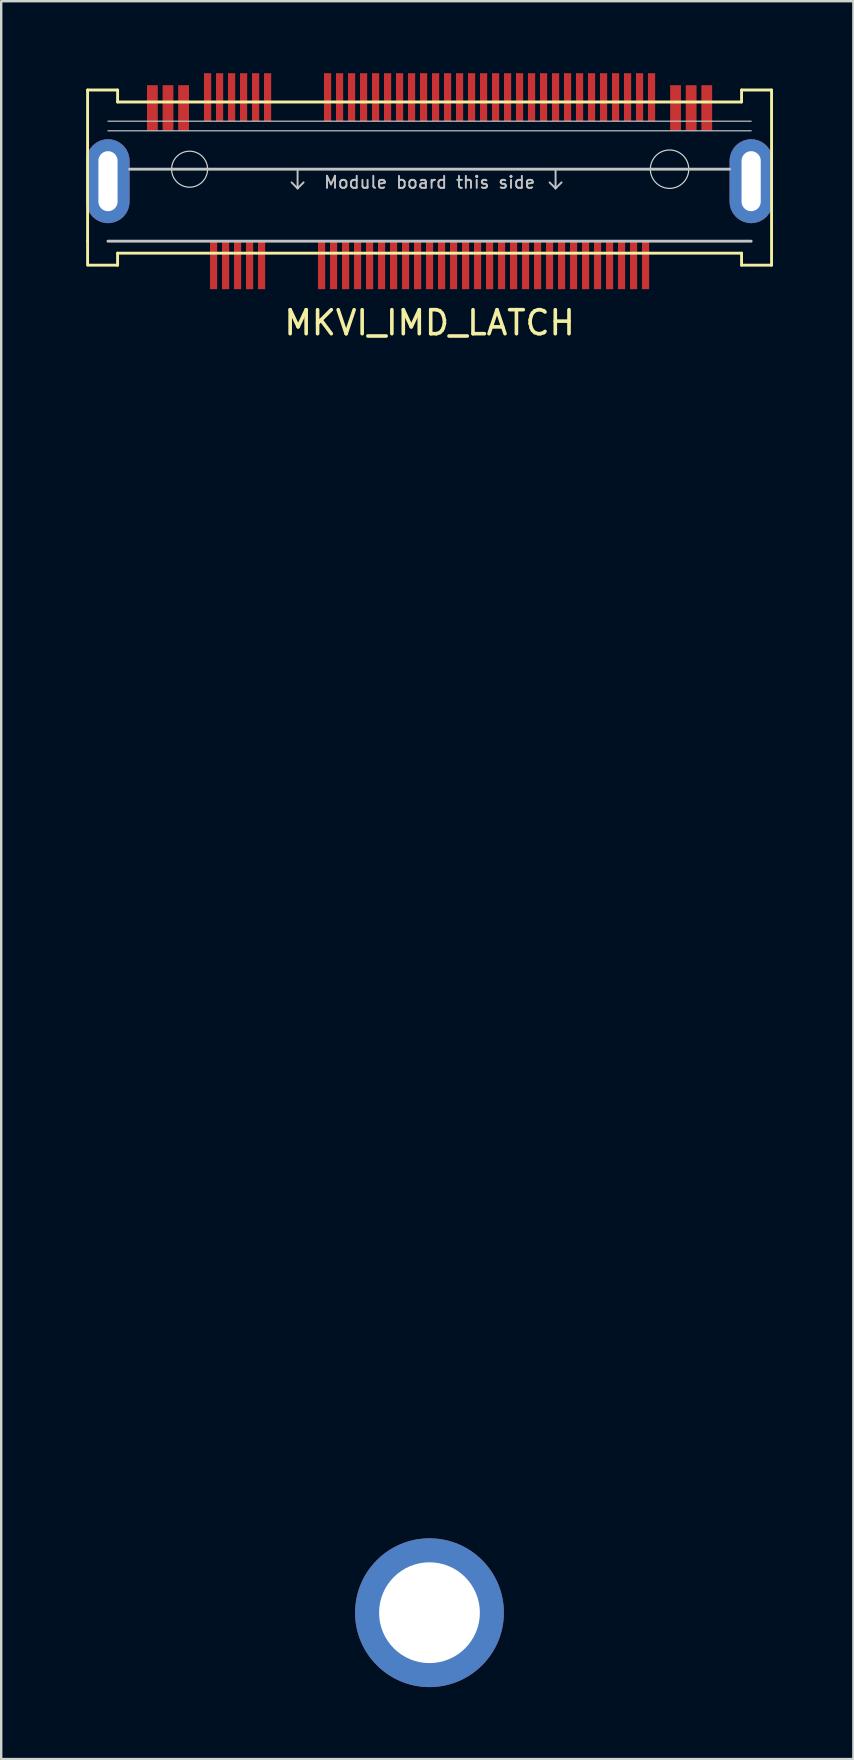
<source format=kicad_pcb>
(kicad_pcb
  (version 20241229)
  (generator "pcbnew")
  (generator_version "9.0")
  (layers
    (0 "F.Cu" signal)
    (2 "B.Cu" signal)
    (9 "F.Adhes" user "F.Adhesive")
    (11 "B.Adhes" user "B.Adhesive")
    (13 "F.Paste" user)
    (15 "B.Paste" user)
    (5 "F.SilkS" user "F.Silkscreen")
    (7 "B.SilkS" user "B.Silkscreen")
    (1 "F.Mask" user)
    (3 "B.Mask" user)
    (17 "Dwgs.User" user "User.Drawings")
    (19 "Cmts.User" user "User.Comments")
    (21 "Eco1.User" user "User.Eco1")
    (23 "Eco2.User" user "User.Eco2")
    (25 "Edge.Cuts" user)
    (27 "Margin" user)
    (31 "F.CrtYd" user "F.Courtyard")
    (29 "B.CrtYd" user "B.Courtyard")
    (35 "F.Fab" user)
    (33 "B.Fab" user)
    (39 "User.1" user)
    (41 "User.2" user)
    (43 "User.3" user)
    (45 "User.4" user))
  (footprint "MKVI_IMD_LATCH"
    (layer "F.Cu")
    (at 14.85 4)
    (property "Reference" "MKVI_IMD_LATCH" (at 0 6.4 0) (unlocked yes) (layer "F.SilkS") (effects (font (size 1 1) (thickness 0.15))))
    (attr smd)
    (fp_line (start -14.25 -3.3) (end -14.25 3) (stroke (width 0.12) (type solid)) (layer "F.SilkS"))
    (fp_line (start -14.25 3) (end -14.25 4) (stroke (width 0.12) (type solid)) (layer "F.SilkS"))
    (fp_line (start -14.2 4) (end -13 4) (stroke (width 0.12) (type solid)) (layer "F.SilkS"))
    (fp_line (start -13 -3.3) (end -14.25 -3.3) (stroke (width 0.12) (type solid)) (layer "F.SilkS"))
    (fp_line (start -13 -2.8) (end -13 -3.3) (stroke (width 0.12) (type solid)) (layer "F.SilkS"))
    (fp_line (start -13 3.5) (end 13 3.5) (stroke (width 0.12) (type solid)) (layer "F.SilkS"))
    (fp_line (start -13 4) (end -13 3.5) (stroke (width 0.12) (type solid)) (layer "F.SilkS"))
    (fp_line (start 13 -3.3) (end 13 -2.8) (stroke (width 0.12) (type solid)) (layer "F.SilkS"))
    (fp_line (start 13 -2.8) (end -13 -2.8) (stroke (width 0.12) (type solid)) (layer "F.SilkS"))
    (fp_line (start 13 3.5) (end 13 4) (stroke (width 0.12) (type solid)) (layer "F.SilkS"))
    (fp_line (start 13 4) (end 14.25 4) (stroke (width 0.12) (type solid)) (layer "F.SilkS"))
    (fp_line (start 14.25 -3.3) (end 13 -3.3) (stroke (width 0.12) (type solid)) (layer "F.SilkS"))
    (fp_line (start 14.25 4) (end 14.25 -3.3) (stroke (width 0.12) (type solid)) (layer "F.SilkS"))
    (fp_line (start -13.4 -2) (end 13.4 -2) (stroke (width 0.05) (type solid)) (layer "Dwgs.User"))
    (fp_line (start -13.4 -1.6) (end 13.4 -1.6) (stroke (width 0.05) (type solid)) (layer "Dwgs.User"))
    (fp_line (start -13.4 3) (end 13.4 3) (stroke (width 0.12) (type solid)) (layer "Dwgs.User"))
    (fp_line (start -12.5 0) (end 12.5 0) (stroke (width 0.12) (type solid)) (layer "Dwgs.User"))
    (fp_line (start -5.5 0) (end -5.5 0.8) (stroke (width 0.08) (type solid)) (layer "Dwgs.User"))
    (fp_line (start -5.5 0.8) (end -5.75 0.55) (stroke (width 0.08) (type solid)) (layer "Dwgs.User"))
    (fp_line (start -5.5 0.8) (end -5.25 0.55) (stroke (width 0.08) (type solid)) (layer "Dwgs.User"))
    (fp_line (start 5.25 0) (end 5.25 0.8) (stroke (width 0.08) (type solid)) (layer "Dwgs.User"))
    (fp_line (start 5.25 0.8) (end 5 0.55) (stroke (width 0.08) (type solid)) (layer "Dwgs.User"))
    (fp_line (start 5.25 0.8) (end 5.5 0.55) (stroke (width 0.08) (type solid)) (layer "Dwgs.User"))
    (fp_circle (center -10 0) (end -9.25 0) (stroke (width 0.05) (type solid)) (fill no) (layer "Edge.Cuts"))
    (fp_circle (center 10 0) (end 10.8 0) (stroke (width 0.05) (type solid)) (fill no) (layer "Edge.Cuts"))
    (fp_line (start -14.75 6.511) (end -14.75 6.511) (stroke (width 0.2) (type solid)) (layer "User.1"))
    (fp_line (start -14.75 6.511) (end -14.75 6.511) (stroke (width 0.2) (type solid)) (layer "User.1"))
    (fp_line (start -14.75 6.511) (end -14.742 6.493) (stroke (width 0.2) (type solid)) (layer "User.1"))
    (fp_line (start -14.742 6.493) (end -14.735 6.476) (stroke (width 0.2) (type solid)) (layer "User.1"))
    (fp_line (start -14.735 6.476) (end -14.735 6.476) (stroke (width 0.2) (type solid)) (layer "User.1"))
    (fp_line (start -14.735 6.476) (end -14.735 6.476) (stroke (width 0.2) (type solid)) (layer "User.1"))
    (fp_line (start -14.735 6.476) (end -14.718 6.468) (stroke (width 0.2) (type solid)) (layer "User.1"))
    (fp_line (start -14.722 60.154) (end -14.75 6.511) (stroke (width 0.2) (type solid)) (layer "User.1"))
    (fp_line (start -14.718 6.468) (end -14.7 6.461) (stroke (width 0.2) (type solid)) (layer "User.1"))
    (fp_line (start -14.714 60.171) (end -14.722 60.154) (stroke (width 0.2) (type solid)) (layer "User.1"))
    (fp_line (start -14.707 60.189) (end -14.714 60.171) (stroke (width 0.2) (type solid)) (layer "User.1"))
    (fp_line (start -14.707 60.189) (end -14.707 60.189) (stroke (width 0.2) (type solid)) (layer "User.1"))
    (fp_line (start -14.707 60.189) (end -14.707 60.189) (stroke (width 0.2) (type solid)) (layer "User.1"))
    (fp_line (start -14.7 6.461) (end -14.7 6.461) (stroke (width 0.2) (type solid)) (layer "User.1"))
    (fp_line (start -14.7 6.461) (end -14.7 6.461) (stroke (width 0.2) (type solid)) (layer "User.1"))
    (fp_line (start -14.7 6.461) (end -12.476 6.461) (stroke (width 0.2) (type solid)) (layer "User.1"))
    (fp_line (start -14.69 60.196) (end -14.707 60.189) (stroke (width 0.2) (type solid)) (layer "User.1"))
    (fp_line (start -14.672 60.204) (end -14.69 60.196) (stroke (width 0.2) (type solid)) (layer "User.1"))
    (fp_line (start -14.65 6.561) (end -14.622 60.104) (stroke (width 0.2) (type solid)) (layer "User.1"))
    (fp_line (start -14.622 60.104) (end 14.46 60.104) (stroke (width 0.2) (type solid)) (layer "User.1"))
    (fp_line (start -12.476 0.211) (end -12.476 0.211) (stroke (width 0.2) (type solid)) (layer "User.1"))
    (fp_line (start -12.476 0.211) (end -12.471 0.199) (stroke (width 0.2) (type solid)) (layer "User.1"))
    (fp_line (start -12.476 6.461) (end -12.476 0.211) (stroke (width 0.2) (type solid)) (layer "User.1"))
    (fp_line (start -12.471 0.199) (end -12.469 0.193) (stroke (width 0.2) (type solid)) (layer "User.1"))
    (fp_line (start -12.469 0.193) (end -12.468 0.193) (stroke (width 0.2) (type solid)) (layer "User.1"))
    (fp_line (start -12.468 0.193) (end -12.268 -0.007) (stroke (width 0.2) (type solid)) (layer "User.1"))
    (fp_line (start -12.451 6.561) (end -14.65 6.561) (stroke (width 0.2) (type solid)) (layer "User.1"))
    (fp_line (start -12.426 0.222) (end -12.426 6.471) (stroke (width 0.2) (type solid)) (layer "User.1"))
    (fp_line (start -12.426 6.471) (end -12.415 6.476) (stroke (width 0.2) (type solid)) (layer "User.1"))
    (fp_line (start -12.415 6.476) (end -12.401 6.511) (stroke (width 0.2) (type solid)) (layer "User.1"))
    (fp_line (start -12.415 6.546) (end -12.451 6.561) (stroke (width 0.2) (type solid)) (layer "User.1"))
    (fp_line (start -12.401 6.511) (end -12.415 6.546) (stroke (width 0.2) (type solid)) (layer "User.1"))
    (fp_line (start -12.268 -0.007) (end -12.251 -0.014) (stroke (width 0.2) (type solid)) (layer "User.1"))
    (fp_line (start -12.251 -0.014) (end -6.326 -0.014) (stroke (width 0.2) (type solid)) (layer "User.1"))
    (fp_line (start -12.24 0.036) (end -12.426 0.222) (stroke (width 0.2) (type solid)) (layer "User.1"))
    (fp_line (start -6.336 0.036) (end -12.24 0.036) (stroke (width 0.2) (type solid)) (layer "User.1"))
    (fp_line (start -6.326 -0.014) (end -6.308 -0.007) (stroke (width 0.2) (type solid)) (layer "User.1"))
    (fp_line (start -6.308 -0.007) (end -6.108 0.193) (stroke (width 0.2) (type solid)) (layer "User.1"))
    (fp_line (start -6.151 0.222) (end -6.336 0.036) (stroke (width 0.2) (type solid)) (layer "User.1"))
    (fp_line (start -6.151 2.911) (end -6.151 0.222) (stroke (width 0.2) (type solid)) (layer "User.1"))
    (fp_line (start -6.133 3.061) (end -6.151 2.911) (stroke (width 0.2) (type solid)) (layer "User.1"))
    (fp_line (start -6.108 0.193) (end -6.108 0.193) (stroke (width 0.2) (type solid)) (layer "User.1"))
    (fp_line (start -6.108 0.193) (end -6.106 0.199) (stroke (width 0.2) (type solid)) (layer "User.1"))
    (fp_line (start -6.106 0.199) (end -6.101 0.211) (stroke (width 0.2) (type solid)) (layer "User.1"))
    (fp_line (start -6.104 2.919) (end -6.088 3.05) (stroke (width 0.2) (type solid)) (layer "User.1"))
    (fp_line (start -6.101 0.211) (end -6.101 0.211) (stroke (width 0.2) (type solid)) (layer "User.1"))
    (fp_line (start -6.101 0.211) (end -6.101 2.911) (stroke (width 0.2) (type solid)) (layer "User.1"))
    (fp_line (start -6.101 2.911) (end -6.104 2.919) (stroke (width 0.2) (type solid)) (layer "User.1"))
    (fp_line (start -6.088 3.05) (end -6.039 3.18) (stroke (width 0.2) (type solid)) (layer "User.1"))
    (fp_line (start -6.079 3.201) (end -6.133 3.061) (stroke (width 0.2) (type solid)) (layer "User.1"))
    (fp_line (start -6.039 3.18) (end -5.959 3.295) (stroke (width 0.2) (type solid)) (layer "User.1"))
    (fp_line (start -5.994 3.326) (end -6.079 3.201) (stroke (width 0.2) (type solid)) (layer "User.1"))
    (fp_line (start -5.959 3.295) (end -5.855 3.388) (stroke (width 0.2) (type solid)) (layer "User.1"))
    (fp_line (start -5.881 3.426) (end -5.994 3.326) (stroke (width 0.2) (type solid)) (layer "User.1"))
    (fp_line (start -5.855 3.388) (end -5.731 3.453) (stroke (width 0.2) (type solid)) (layer "User.1"))
    (fp_line (start -5.747 3.496) (end -5.881 3.426) (stroke (width 0.2) (type solid)) (layer "User.1"))
    (fp_line (start -5.731 3.453) (end -5.596 3.486) (stroke (width 0.2) (type solid)) (layer "User.1"))
    (fp_line (start -5.601 3.532) (end -5.747 3.496) (stroke (width 0.2) (type solid)) (layer "User.1"))
    (fp_line (start -5.596 3.486) (end -5.456 3.486) (stroke (width 0.2) (type solid)) (layer "User.1"))
    (fp_line (start -5.456 3.486) (end -5.32 3.453) (stroke (width 0.2) (type solid)) (layer "User.1"))
    (fp_line (start -5.451 3.532) (end -5.601 3.532) (stroke (width 0.2) (type solid)) (layer "User.1"))
    (fp_line (start -5.32 3.453) (end -5.197 3.388) (stroke (width 0.2) (type solid)) (layer "User.1"))
    (fp_line (start -5.304 3.496) (end -5.451 3.532) (stroke (width 0.2) (type solid)) (layer "User.1"))
    (fp_line (start -5.197 3.388) (end -5.092 3.295) (stroke (width 0.2) (type solid)) (layer "User.1"))
    (fp_line (start -5.171 3.426) (end -5.304 3.496) (stroke (width 0.2) (type solid)) (layer "User.1"))
    (fp_line (start -5.092 3.295) (end -5.013 3.18) (stroke (width 0.2) (type solid)) (layer "User.1"))
    (fp_line (start -5.058 3.326) (end -5.171 3.426) (stroke (width 0.2) (type solid)) (layer "User.1"))
    (fp_line (start -5.013 3.18) (end -4.963 3.05) (stroke (width 0.2) (type solid)) (layer "User.1"))
    (fp_line (start -4.972 3.201) (end -5.058 3.326) (stroke (width 0.2) (type solid)) (layer "User.1"))
    (fp_line (start -4.963 3.05) (end -4.947 2.919) (stroke (width 0.2) (type solid)) (layer "User.1"))
    (fp_line (start -4.951 0.211) (end -4.951 0.211) (stroke (width 0.2) (type solid)) (layer "User.1"))
    (fp_line (start -4.951 0.211) (end -4.946 0.199) (stroke (width 0.2) (type solid)) (layer "User.1"))
    (fp_line (start -4.951 2.911) (end -4.951 0.211) (stroke (width 0.2) (type solid)) (layer "User.1"))
    (fp_line (start -4.947 2.919) (end -4.951 2.911) (stroke (width 0.2) (type solid)) (layer "User.1"))
    (fp_line (start -4.946 0.199) (end -4.944 0.193) (stroke (width 0.2) (type solid)) (layer "User.1"))
    (fp_line (start -4.944 0.193) (end -4.944 0.193) (stroke (width 0.2) (type solid)) (layer "User.1"))
    (fp_line (start -4.944 0.193) (end -4.743 -0.007) (stroke (width 0.2) (type solid)) (layer "User.1"))
    (fp_line (start -4.919 3.061) (end -4.972 3.201) (stroke (width 0.2) (type solid)) (layer "User.1"))
    (fp_line (start -4.901 0.222) (end -4.901 2.911) (stroke (width 0.2) (type solid)) (layer "User.1"))
    (fp_line (start -4.901 2.911) (end -4.919 3.061) (stroke (width 0.2) (type solid)) (layer "User.1"))
    (fp_line (start -4.743 -0.007) (end -4.726 -0.014) (stroke (width 0.2) (type solid)) (layer "User.1"))
    (fp_line (start -4.726 -0.014) (end 12.449 -0.014) (stroke (width 0.2) (type solid)) (layer "User.1"))
    (fp_line (start -4.715 0.036) (end -4.901 0.222) (stroke (width 0.2) (type solid)) (layer "User.1"))
    (fp_line (start 12.439 0.036) (end -4.715 0.036) (stroke (width 0.2) (type solid)) (layer "User.1"))
    (fp_line (start 12.449 -0.014) (end 12.467 -0.007) (stroke (width 0.2) (type solid)) (layer "User.1"))
    (fp_line (start 12.467 -0.007) (end 12.667 0.193) (stroke (width 0.2) (type solid)) (layer "User.1"))
    (fp_line (start 12.599 6.511) (end 12.614 6.476) (stroke (width 0.2) (type solid)) (layer "User.1"))
    (fp_line (start 12.614 6.476) (end 12.624 6.471) (stroke (width 0.2) (type solid)) (layer "User.1"))
    (fp_line (start 12.614 6.546) (end 12.599 6.511) (stroke (width 0.2) (type solid)) (layer "User.1"))
    (fp_line (start 12.624 0.222) (end 12.439 0.036) (stroke (width 0.2) (type solid)) (layer "User.1"))
    (fp_line (start 12.624 6.471) (end 12.624 0.222) (stroke (width 0.2) (type solid)) (layer "User.1"))
    (fp_line (start 12.649 6.561) (end 12.614 6.546) (stroke (width 0.2) (type solid)) (layer "User.1"))
    (fp_line (start 12.667 0.193) (end 12.667 0.193) (stroke (width 0.2) (type solid)) (layer "User.1"))
    (fp_line (start 12.667 0.193) (end 12.669 0.199) (stroke (width 0.2) (type solid)) (layer "User.1"))
    (fp_line (start 12.669 0.199) (end 12.674 0.211) (stroke (width 0.2) (type solid)) (layer "User.1"))
    (fp_line (start 12.674 0.211) (end 12.674 0.211) (stroke (width 0.2) (type solid)) (layer "User.1"))
    (fp_line (start 12.674 0.211) (end 12.674 6.461) (stroke (width 0.2) (type solid)) (layer "User.1"))
    (fp_line (start 12.674 6.461) (end 14.51 6.461) (stroke (width 0.2) (type solid)) (layer "User.1"))
    (fp_line (start 14.46 6.561) (end 12.649 6.561) (stroke (width 0.2) (type solid)) (layer "User.1"))
    (fp_line (start 14.46 60.104) (end 14.46 6.561) (stroke (width 0.2) (type solid)) (layer "User.1"))
    (fp_line (start 14.51 6.461) (end 14.546 6.476) (stroke (width 0.2) (type solid)) (layer "User.1"))
    (fp_line (start 14.51 60.204) (end -14.672 60.204) (stroke (width 0.2) (type solid)) (layer "User.1"))
    (fp_line (start 14.546 6.476) (end 14.56 6.511) (stroke (width 0.2) (type solid)) (layer "User.1"))
    (fp_line (start 14.546 60.189) (end 14.51 60.204) (stroke (width 0.2) (type solid)) (layer "User.1"))
    (fp_line (start 14.56 6.511) (end 14.56 60.154) (stroke (width 0.2) (type solid)) (layer "User.1"))
    (fp_line (start 14.56 60.154) (end 14.546 60.189) (stroke (width 0.2) (type solid)) (layer "User.1"))
    (fp_text user "Module board this side" (at 0 0.55 0) (unlocked yes) (layer "Dwgs.User") (effects (font (size 0.5 0.5) (thickness 0.08))))
    (pad "1" thru_hole circle (at -0.004 60.15) (size 6.2 6.2) (drill 4.2) (layers "*.Cu" "F.Mask" "F.Paste"))
    (pad "4" smd rect (at -9.25 -3) (size 0.3 2) (layers "F.Cu" "F.Mask" "F.Paste"))
    (pad "5" smd rect (at -8.75 -3) (size 0.3 2) (layers "F.Cu" "F.Mask" "F.Paste"))
    (pad "6" smd rect (at -8.25 -3) (size 0.3 2) (layers "F.Cu" "F.Mask" "F.Paste"))
    (pad "7" smd rect (at -7.75 -3) (size 0.3 2) (layers "F.Cu" "F.Mask" "F.Paste"))
    (pad "8" smd rect (at -7.25 -3) (size 0.3 2) (layers "F.Cu" "F.Mask" "F.Paste"))
    (pad "9" smd rect (at -6.75 -3) (size 0.3 2) (layers "F.Cu" "F.Mask" "F.Paste"))
    (pad "10" smd rect (at -4.25 -3) (size 0.3 2) (layers "F.Cu" "F.Mask" "F.Paste"))
    (pad "11" smd rect (at -3.75 -3) (size 0.3 2) (layers "F.Cu" "F.Mask" "F.Paste"))
    (pad "12" smd rect (at -3.25 -3) (size 0.3 2) (layers "F.Cu" "F.Mask" "F.Paste"))
    (pad "13" smd rect (at -2.75 -3) (size 0.3 2) (layers "F.Cu" "F.Mask" "F.Paste"))
    (pad "14" smd rect (at -2.25 -3) (size 0.3 2) (layers "F.Cu" "F.Mask" "F.Paste"))
    (pad "15" smd rect (at -1.75 -3) (size 0.3 2) (layers "F.Cu" "F.Mask" "F.Paste"))
    (pad "16" smd rect (at -1.25 -3) (size 0.3 2) (layers "F.Cu" "F.Mask" "F.Paste"))
    (pad "17" smd rect (at -0.75 -3) (size 0.3 2) (layers "F.Cu" "F.Mask" "F.Paste"))
    (pad "18" smd rect (at -0.25 -3) (size 0.3 2) (layers "F.Cu" "F.Mask" "F.Paste"))
    (pad "19" smd rect (at 0.25 -3) (size 0.3 2) (layers "F.Cu" "F.Mask" "F.Paste"))
    (pad "20" smd rect (at 0.75 -3) (size 0.3 2) (layers "F.Cu" "F.Mask" "F.Paste"))
    (pad "21" smd rect (at 1.25 -3) (size 0.3 2) (layers "F.Cu" "F.Mask" "F.Paste"))
    (pad "22" smd rect (at 1.75 -3) (size 0.3 2) (layers "F.Cu" "F.Mask" "F.Paste"))
    (pad "23" smd rect (at 2.25 -3) (size 0.3 2) (layers "F.Cu" "F.Mask" "F.Paste"))
    (pad "24" smd rect (at 2.75 -3) (size 0.3 2) (layers "F.Cu" "F.Mask" "F.Paste"))
    (pad "25" smd rect (at 3.25 -3) (size 0.3 2) (layers "F.Cu" "F.Mask" "F.Paste"))
    (pad "26" smd rect (at 3.75 -3) (size 0.3 2) (layers "F.Cu" "F.Mask" "F.Paste"))
    (pad "27" smd rect (at 4.25 -3) (size 0.3 2) (layers "F.Cu" "F.Mask" "F.Paste"))
    (pad "28" smd rect (at 4.75 -3) (size 0.3 2) (layers "F.Cu" "F.Mask" "F.Paste"))
    (pad "29" smd rect (at 5.25 -3) (size 0.3 2) (layers "F.Cu" "F.Mask" "F.Paste"))
    (pad "30" smd rect (at 5.75 -3) (size 0.3 2) (layers "F.Cu" "F.Mask" "F.Paste"))
    (pad "31" smd rect (at 6.25 -3) (size 0.3 2) (layers "F.Cu" "F.Mask" "F.Paste"))
    (pad "32" smd rect (at 6.75 -3) (size 0.3 2) (layers "F.Cu" "F.Mask" "F.Paste"))
    (pad "33" smd rect (at 7.25 -3) (size 0.3 2) (layers "F.Cu" "F.Mask" "F.Paste"))
    (pad "34" smd rect (at 7.75 -3) (size 0.3 2) (layers "F.Cu" "F.Mask" "F.Paste"))
    (pad "35" smd rect (at 8.25 -3) (size 0.3 2) (layers "F.Cu" "F.Mask" "F.Paste"))
    (pad "36" smd rect (at 8.75 -3) (size 0.3 2) (layers "F.Cu" "F.Mask" "F.Paste"))
    (pad "37" smd rect (at 9.25 -3) (size 0.3 2) (layers "F.Cu" "F.Mask" "F.Paste"))
    (pad "41" smd rect (at -9 4) (size 0.3 2) (layers "F.Cu" "F.Mask" "F.Paste"))
    (pad "42" smd rect (at -8.5 4) (size 0.3 2) (layers "F.Cu" "F.Mask" "F.Paste"))
    (pad "43" smd rect (at -8 4) (size 0.3 2) (layers "F.Cu" "F.Mask" "F.Paste"))
    (pad "44" smd rect (at -7.5 4) (size 0.3 2) (layers "F.Cu" "F.Mask" "F.Paste"))
    (pad "45" smd rect (at -7 4) (size 0.3 2) (layers "F.Cu" "F.Mask" "F.Paste"))
    (pad "46" smd rect (at -4.5 4) (size 0.3 2) (layers "F.Cu" "F.Mask" "F.Paste"))
    (pad "47" smd rect (at -4 4) (size 0.3 2) (layers "F.Cu" "F.Mask" "F.Paste"))
    (pad "48" smd rect (at -3.5 4) (size 0.3 2) (layers "F.Cu" "F.Mask" "F.Paste"))
    (pad "49" smd rect (at -3 4) (size 0.3 2) (layers "F.Cu" "F.Mask" "F.Paste"))
    (pad "50" smd rect (at -2.5 4) (size 0.3 2) (layers "F.Cu" "F.Mask" "F.Paste"))
    (pad "51" smd rect (at -2 4) (size 0.3 2) (layers "F.Cu" "F.Mask" "F.Paste"))
    (pad "52" smd rect (at -1.5 4) (size 0.3 2) (layers "F.Cu" "F.Mask" "F.Paste"))
    (pad "53" smd rect (at -1 4) (size 0.3 2) (layers "F.Cu" "F.Mask" "F.Paste"))
    (pad "54" smd rect (at -0.5 4) (size 0.3 2) (layers "F.Cu" "F.Mask" "F.Paste"))
    (pad "55" smd rect (at 0 4) (size 0.3 2) (layers "F.Cu" "F.Mask" "F.Paste"))
    (pad "56" smd rect (at 0.5 4) (size 0.3 2) (layers "F.Cu" "F.Mask" "F.Paste"))
    (pad "57" smd rect (at 1 4) (size 0.3 2) (layers "F.Cu" "F.Mask" "F.Paste"))
    (pad "58" smd rect (at 1.5 4) (size 0.3 2) (layers "F.Cu" "F.Mask" "F.Paste"))
    (pad "59" smd rect (at 2 4) (size 0.3 2) (layers "F.Cu" "F.Mask" "F.Paste"))
    (pad "60" smd rect (at 2.5 4) (size 0.3 2) (layers "F.Cu" "F.Mask" "F.Paste"))
    (pad "61" smd rect (at 3 4) (size 0.3 2) (layers "F.Cu" "F.Mask" "F.Paste"))
    (pad "62" smd rect (at 3.5 4) (size 0.3 2) (layers "F.Cu" "F.Mask" "F.Paste"))
    (pad "63" smd rect (at 4 4) (size 0.3 2) (layers "F.Cu" "F.Mask" "F.Paste"))
    (pad "64" smd rect (at 4.5 4) (size 0.3 2) (layers "F.Cu" "F.Mask" "F.Paste"))
    (pad "65" smd rect (at 5 4) (size 0.3 2) (layers "F.Cu" "F.Mask" "F.Paste"))
    (pad "66" smd rect (at 5.5 4) (size 0.3 2) (layers "F.Cu" "F.Mask" "F.Paste"))
    (pad "67" smd rect (at 6 4) (size 0.3 2) (layers "F.Cu" "F.Mask" "F.Paste"))
    (pad "68" smd rect (at 6.5 4) (size 0.3 2) (layers "F.Cu" "F.Mask" "F.Paste"))
    (pad "69" smd rect (at 7 4) (size 0.3 2) (layers "F.Cu" "F.Mask" "F.Paste"))
    (pad "70" smd rect (at 7.5 4) (size 0.3 2) (layers "F.Cu" "F.Mask" "F.Paste"))
    (pad "71" smd rect (at 8 4) (size 0.3 2) (layers "F.Cu" "F.Mask" "F.Paste"))
    (pad "72" smd rect (at 8.5 4) (size 0.3 2) (layers "F.Cu" "F.Mask" "F.Paste"))
    (pad "73" smd rect (at 9 4) (size 0.3 2) (layers "F.Cu" "F.Mask" "F.Paste"))
    (pad "75" thru_hole roundrect (at -13.4 0.5) (size 1.8 3.5) (drill oval 0.8 2.5) (layers "*.Cu" "*.Mask") (roundrect_rratio 0.5))
    (pad "76" thru_hole roundrect (at 13.4 0.5) (size 1.8 3.5) (drill oval 0.8 2.5) (layers "*.Cu" "*.Mask") (roundrect_rratio 0.5))
    (pad "P1" smd rect (at -11.55 -2.55) (size 0.45 1.9) (layers "F.Cu" "F.Mask" "F.Paste"))
    (pad "P2" smd rect (at -10.9 -2.55) (size 0.45 1.9) (layers "F.Cu" "F.Mask" "F.Paste"))
    (pad "P3" smd rect (at -10.25 -2.55) (size 0.45 1.9) (layers "F.Cu" "F.Mask" "F.Paste"))
    (pad "P38" smd rect (at 10.25 -2.55) (size 0.45 1.9) (layers "F.Cu" "F.Mask" "F.Paste"))
    (pad "P39" smd rect (at 10.9 -2.55) (size 0.45 1.9) (layers "F.Cu" "F.Mask" "F.Paste"))
    (pad "P40" smd rect (at 11.55 -2.55) (size 0.45 1.9) (layers "F.Cu" "F.Mask" "F.Paste"))
    (zone (net_name "") (layers "F.Cu" "Dwgs.User") (hatch edge 0.508) (connect_pads) (min_thickness 0.254) (filled_areas_thickness no) (keepout (tracks allowed) (vias allowed) (pads allowed) (copperpour allowed) (footprints not_allowed)) (placement (enabled no)) (fill) (polygon (pts (xy 1.85 1.2) (xy 27.85 1.2) (xy 27.85 0.7) (xy 29.1 0.7) (xy 29.1 8) (xy 27.85 8) (xy 27.85 7.5) (xy 1.85 7.5) (xy 1.85 8) (xy 0.6 8) (xy 0.6 0.7) (xy 1.85 0.7)))))
  (gr_rect
    (start -3 -3)
    (end 32.51 70.25)
    (stroke (width 0.1) (type default))
    (fill no)
    (layer "Edge.Cuts")))
</source>
